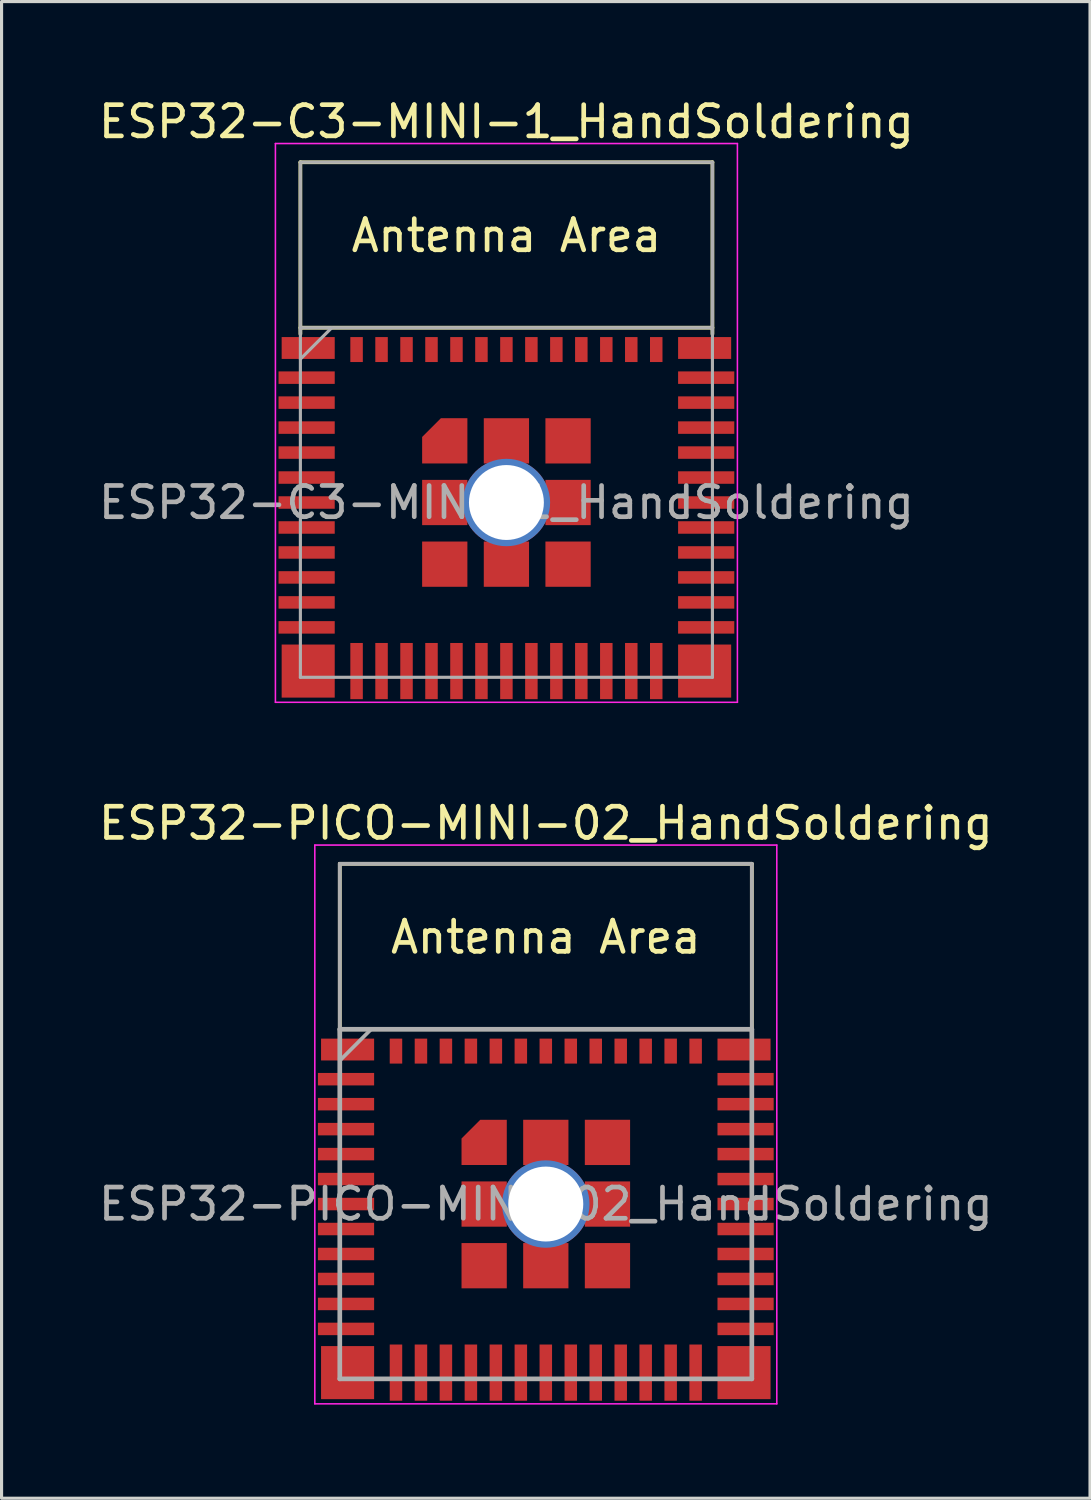
<source format=kicad_pcb>
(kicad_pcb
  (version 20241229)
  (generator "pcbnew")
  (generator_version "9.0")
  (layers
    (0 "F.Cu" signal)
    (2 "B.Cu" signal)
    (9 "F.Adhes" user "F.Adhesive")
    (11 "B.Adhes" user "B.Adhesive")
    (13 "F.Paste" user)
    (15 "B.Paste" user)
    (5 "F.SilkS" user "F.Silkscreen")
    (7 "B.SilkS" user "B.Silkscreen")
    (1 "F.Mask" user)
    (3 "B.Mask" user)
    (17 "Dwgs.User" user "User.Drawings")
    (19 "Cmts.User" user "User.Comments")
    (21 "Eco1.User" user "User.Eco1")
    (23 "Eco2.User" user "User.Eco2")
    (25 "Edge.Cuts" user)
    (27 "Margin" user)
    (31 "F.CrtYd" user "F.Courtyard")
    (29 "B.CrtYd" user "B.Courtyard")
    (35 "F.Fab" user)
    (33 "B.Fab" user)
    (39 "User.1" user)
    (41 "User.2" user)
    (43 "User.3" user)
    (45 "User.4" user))
  (footprint "ESP32-PICO-MINI-02_HandSoldering"
    (layer "F.Cu")
    (at 14.435 35.522)
    (property "Reference" "ESP32-PICO-MINI-02_HandSoldering" (at 0 -12.2 0) (layer "F.SilkS") (effects (font (size 1 1) (thickness 0.15))))
    (attr smd)
    (fp_line (start -6.6 -10.9) (end -6.6 -5.4) (stroke (width 0.12) (type solid)) (layer "F.SilkS"))
    (fp_line (start -6.6 -10.9) (end 6.6 -10.9) (stroke (width 0.12) (type solid)) (layer "F.SilkS"))
    (fp_line (start -6.6 -5.6) (end 6.6 -5.6) (stroke (width 0.12) (type solid)) (layer "F.SilkS"))
    (fp_line (start 6.6 -10.9) (end 6.6 -5.4) (stroke (width 0.12) (type solid)) (layer "F.SilkS"))
    (fp_line (start -7.4 -11.5) (end 7.4 -11.5) (stroke (width 0.05) (type solid)) (layer "F.CrtYd"))
    (fp_line (start -7.4 6.4) (end -7.4 -11.5) (stroke (width 0.05) (type solid)) (layer "F.CrtYd"))
    (fp_line (start 7.4 -11.5) (end 7.4 6.4) (stroke (width 0.05) (type solid)) (layer "F.CrtYd"))
    (fp_line (start 7.4 6.4) (end -7.4 6.4) (stroke (width 0.05) (type solid)) (layer "F.CrtYd"))
    (fp_line (start -6.6 -5.595) (end -6.6 5.6) (stroke (width 0.15) (type solid)) (layer "F.Fab"))
    (fp_line (start -6.6 -5.5) (end -6.6 -10.9) (stroke (width 0.12) (type solid)) (layer "F.Fab"))
    (fp_line (start -6.6 5.6) (end 6.6 5.6) (stroke (width 0.15) (type solid)) (layer "F.Fab"))
    (fp_line (start -5.6 -5.595) (end -6.6 -4.595) (stroke (width 0.12) (type solid)) (layer "F.Fab"))
    (fp_line (start 6.6 -10.9) (end -6.6 -10.9) (stroke (width 0.12) (type solid)) (layer "F.Fab"))
    (fp_line (start 6.6 -5.6) (end -6.6 -5.6) (stroke (width 0.15) (type solid)) (layer "F.Fab"))
    (fp_line (start 6.6 -5.5) (end 6.6 -10.9) (stroke (width 0.12) (type solid)) (layer "F.Fab"))
    (fp_line (start 6.6 5.6) (end 6.6 -5.595) (stroke (width 0.15) (type solid)) (layer "F.Fab"))
    (fp_text user "Antenna Area" (at 0 -8.55 0) (layer "F.SilkS") (effects (font (size 1 1) (thickness 0.15))))
    (fp_text user "${REFERENCE}" (at 0 0 0) (layer "F.Fab") (effects (font (size 1 1) (thickness 0.15))))
    (pad "1" smd rect (at -6.4 -4 90) (size 0.4 1.8) (layers "F.Cu" "F.Mask" "F.Paste"))
    (pad "2" smd rect (at -6.4 -3.2 90) (size 0.4 1.8) (layers "F.Cu" "F.Mask" "F.Paste"))
    (pad "3" smd rect (at -6.4 -2.4 90) (size 0.4 1.8) (layers "F.Cu" "F.Mask" "F.Paste"))
    (pad "4" smd rect (at -6.4 -1.6 90) (size 0.4 1.8) (layers "F.Cu" "F.Mask" "F.Paste"))
    (pad "5" smd rect (at -6.4 -0.8 90) (size 0.4 1.8) (layers "F.Cu" "F.Mask" "F.Paste"))
    (pad "6" smd rect (at -6.4 0 90) (size 0.4 1.8) (layers "F.Cu" "F.Mask" "F.Paste"))
    (pad "7" smd rect (at -6.4 0.8 90) (size 0.4 1.8) (layers "F.Cu" "F.Mask" "F.Paste"))
    (pad "8" smd rect (at -6.4 1.6 90) (size 0.4 1.8) (layers "F.Cu" "F.Mask" "F.Paste"))
    (pad "9" smd rect (at -6.4 2.4 90) (size 0.4 1.8) (layers "F.Cu" "F.Mask" "F.Paste"))
    (pad "10" smd rect (at -6.4 3.2 90) (size 0.4 1.8) (layers "F.Cu" "F.Mask" "F.Paste"))
    (pad "11" smd rect (at -6.4 4 90) (size 0.4 1.8) (layers "F.Cu" "F.Mask" "F.Paste"))
    (pad "12" smd rect (at -4.8 5.4) (size 0.4 1.8) (layers "F.Cu" "F.Mask" "F.Paste"))
    (pad "13" smd rect (at -4 5.4) (size 0.4 1.8) (layers "F.Cu" "F.Mask" "F.Paste"))
    (pad "14" smd rect (at -3.2 5.4) (size 0.4 1.8) (layers "F.Cu" "F.Mask" "F.Paste"))
    (pad "15" smd rect (at -2.4 5.4) (size 0.4 1.8) (layers "F.Cu" "F.Mask" "F.Paste"))
    (pad "16" smd rect (at -1.6 5.4) (size 0.4 1.8) (layers "F.Cu" "F.Mask" "F.Paste"))
    (pad "17" smd rect (at -0.8 5.4) (size 0.4 1.8) (layers "F.Cu" "F.Mask" "F.Paste"))
    (pad "18" smd rect (at 0 5.4) (size 0.4 1.8) (layers "F.Cu" "F.Mask" "F.Paste"))
    (pad "19" smd rect (at 0.8 5.4) (size 0.4 1.8) (layers "F.Cu" "F.Mask" "F.Paste"))
    (pad "20" smd rect (at 1.6 5.4) (size 0.4 1.8) (layers "F.Cu" "F.Mask" "F.Paste"))
    (pad "21" smd rect (at 2.4 5.4) (size 0.4 1.8) (layers "F.Cu" "F.Mask" "F.Paste"))
    (pad "22" smd rect (at 3.2 5.4) (size 0.4 1.8) (layers "F.Cu" "F.Mask" "F.Paste"))
    (pad "23" smd rect (at 4 5.4) (size 0.4 1.8) (layers "F.Cu" "F.Mask" "F.Paste"))
    (pad "24" smd rect (at 4.8 5.4) (size 0.4 1.8) (layers "F.Cu" "F.Mask" "F.Paste"))
    (pad "25" smd rect (at 6.4 4 90) (size 0.4 1.8) (layers "F.Cu" "F.Mask" "F.Paste"))
    (pad "26" smd rect (at 6.4 3.2 90) (size 0.4 1.8) (layers "F.Cu" "F.Mask" "F.Paste"))
    (pad "27" smd rect (at 6.4 2.4 90) (size 0.4 1.8) (layers "F.Cu" "F.Mask" "F.Paste"))
    (pad "28" smd rect (at 6.4 1.6 90) (size 0.4 1.8) (layers "F.Cu" "F.Mask" "F.Paste"))
    (pad "29" smd rect (at 6.4 0.8 90) (size 0.4 1.8) (layers "F.Cu" "F.Mask" "F.Paste"))
    (pad "30" smd rect (at 6.4 0 90) (size 0.4 1.8) (layers "F.Cu" "F.Mask" "F.Paste"))
    (pad "31" smd rect (at 6.4 -0.8 90) (size 0.4 1.8) (layers "F.Cu" "F.Mask" "F.Paste"))
    (pad "32" smd rect (at 6.4 -1.6 90) (size 0.4 1.8) (layers "F.Cu" "F.Mask" "F.Paste"))
    (pad "33" smd rect (at 6.4 -2.4 90) (size 0.4 1.8) (layers "F.Cu" "F.Mask" "F.Paste"))
    (pad "34" smd rect (at 6.4 -3.2 90) (size 0.4 1.8) (layers "F.Cu" "F.Mask" "F.Paste"))
    (pad "35" smd rect (at 6.4 -4 90) (size 0.4 1.8) (layers "F.Cu" "F.Mask" "F.Paste"))
    (pad "36" smd rect (at 4.8 -4.9) (size 0.4 0.8) (layers "F.Cu" "F.Mask" "F.Paste"))
    (pad "37" smd rect (at 4 -4.9) (size 0.4 0.8) (layers "F.Cu" "F.Mask" "F.Paste"))
    (pad "38" smd rect (at 3.2 -4.9) (size 0.4 0.8) (layers "F.Cu" "F.Mask" "F.Paste"))
    (pad "39" smd rect (at 2.4 -4.9) (size 0.4 0.8) (layers "F.Cu" "F.Mask" "F.Paste"))
    (pad "40" smd rect (at 1.6 -4.9) (size 0.4 0.8) (layers "F.Cu" "F.Mask" "F.Paste"))
    (pad "41" smd rect (at 0.8 -4.9) (size 0.4 0.8) (layers "F.Cu" "F.Mask" "F.Paste"))
    (pad "42" smd rect (at 0 -4.9) (size 0.4 0.8) (layers "F.Cu" "F.Mask" "F.Paste"))
    (pad "43" smd rect (at -0.8 -4.9) (size 0.4 0.8) (layers "F.Cu" "F.Mask" "F.Paste"))
    (pad "44" smd rect (at -1.6 -4.9) (size 0.4 0.8) (layers "F.Cu" "F.Mask" "F.Paste"))
    (pad "45" smd rect (at -2.4 -4.9) (size 0.4 0.8) (layers "F.Cu" "F.Mask" "F.Paste"))
    (pad "46" smd rect (at -3.2 -4.9) (size 0.4 0.8) (layers "F.Cu" "F.Mask" "F.Paste"))
    (pad "47" smd rect (at -4 -4.9) (size 0.4 0.8) (layers "F.Cu" "F.Mask" "F.Paste"))
    (pad "48" smd rect (at -4.8 -4.9) (size 0.4 0.8) (layers "F.Cu" "F.Mask" "F.Paste"))
    (pad "49" smd custom (at -1.975 -1.975) (size 0.8 0.8) (layers "F.Cu" "F.Mask" "F.Paste") (options (anchor rect)) (primitives (gr_poly (pts (xy 0.725 0.725) (xy -0.725 0.725) (xy -0.725 -0.125) (xy -0.125 -0.725) (xy 0.725 -0.725)) (width 0) (fill yes))))
    (pad "49" smd rect (at -1.975 0 90) (size 1.45 1.45) (layers "F.Cu" "F.Mask" "F.Paste"))
    (pad "49" smd rect (at -1.975 1.975 90) (size 1.45 1.45) (layers "F.Cu" "F.Mask" "F.Paste"))
    (pad "49" smd rect (at 0 -1.975 90) (size 1.45 1.45) (layers "F.Cu" "F.Mask" "F.Paste"))
    (pad "49" thru_hole circle (at 0 0 90) (size 2.8 2.8) (drill 2.4) (layers "*.Cu" "*.Mask"))
    (pad "49" smd rect (at 0 1.975 90) (size 1.45 1.45) (layers "F.Cu" "F.Mask" "F.Paste"))
    (pad "49" smd rect (at 1.975 -1.975 90) (size 1.45 1.45) (layers "F.Cu" "F.Mask" "F.Paste"))
    (pad "49" smd rect (at 1.975 0 90) (size 1.45 1.45) (layers "F.Cu" "F.Mask" "F.Paste"))
    (pad "49" smd rect (at 1.975 1.975 90) (size 1.45 1.45) (layers "F.Cu" "F.Mask" "F.Paste"))
    (pad "50" smd rect (at 6.35 -4.95 90) (size 0.7 1.7) (layers "F.Cu" "F.Mask" "F.Paste"))
    (pad "51" smd rect (at 6.35 5.4 90) (size 1.7 1.7) (layers "F.Cu" "F.Mask" "F.Paste"))
    (pad "52" smd rect (at -6.35 5.4 90) (size 1.7 1.7) (layers "F.Cu" "F.Mask" "F.Paste"))
    (pad "53" smd rect (at -6.35 -4.95 90) (size 0.7 1.7) (layers "F.Cu" "F.Mask" "F.Paste")))
  (footprint "ESP32-C3-MINI-1_HandSoldering"
    (layer "F.Cu")
    (at 13.173 13.048)
    (property "Reference" "ESP32-C3-MINI-1_HandSoldering" (at 0 -12.2 0) (layer "F.SilkS") (effects (font (size 1 1) (thickness 0.15))))
    (attr smd)
    (fp_line (start -6.6 -10.9) (end -6.6 -5.4) (stroke (width 0.12) (type solid)) (layer "F.SilkS"))
    (fp_line (start -6.6 -10.9) (end 6.6 -10.9) (stroke (width 0.12) (type solid)) (layer "F.SilkS"))
    (fp_line (start -6.6 -5.6) (end 6.6 -5.6) (stroke (width 0.12) (type solid)) (layer "F.SilkS"))
    (fp_line (start 6.6 -10.9) (end 6.6 -5.4) (stroke (width 0.12) (type solid)) (layer "F.SilkS"))
    (fp_line (start -7.4 -11.5) (end 7.4 -11.5) (stroke (width 0.05) (type solid)) (layer "F.CrtYd"))
    (fp_line (start -7.4 6.4) (end -7.4 -11.5) (stroke (width 0.05) (type solid)) (layer "F.CrtYd"))
    (fp_line (start 7.4 -11.5) (end 7.4 6.4) (stroke (width 0.05) (type solid)) (layer "F.CrtYd"))
    (fp_line (start 7.4 6.4) (end -7.4 6.4) (stroke (width 0.05) (type solid)) (layer "F.CrtYd"))
    (fp_line (start -6.6 -5.595) (end -6.6 5.6) (stroke (width 0.1) (type solid)) (layer "F.Fab"))
    (fp_line (start -6.6 -5.5) (end -6.6 -10.9) (stroke (width 0.1) (type solid)) (layer "F.Fab"))
    (fp_line (start -6.6 5.6) (end 6.6 5.6) (stroke (width 0.1) (type solid)) (layer "F.Fab"))
    (fp_line (start -5.6 -5.595) (end -6.6 -4.595) (stroke (width 0.1) (type solid)) (layer "F.Fab"))
    (fp_line (start 6.6 -10.9) (end -6.6 -10.9) (stroke (width 0.1) (type solid)) (layer "F.Fab"))
    (fp_line (start 6.6 -5.6) (end -6.6 -5.6) (stroke (width 0.1) (type solid)) (layer "F.Fab"))
    (fp_line (start 6.6 -5.5) (end 6.6 -10.9) (stroke (width 0.1) (type solid)) (layer "F.Fab"))
    (fp_line (start 6.6 5.6) (end 6.6 -5.595) (stroke (width 0.1) (type solid)) (layer "F.Fab"))
    (fp_text user "Antenna Area" (at 0 -8.55 0) (layer "F.SilkS") (effects (font (size 1 1) (thickness 0.15))))
    (fp_text user "${REFERENCE}" (at 0 0 0) (layer "F.Fab") (effects (font (size 1 1) (thickness 0.15))))
    (pad "1" smd rect (at -6.4 -4 90) (size 0.4 1.8) (layers "F.Cu" "F.Mask" "F.Paste"))
    (pad "2" smd rect (at -6.4 -3.2 90) (size 0.4 1.8) (layers "F.Cu" "F.Mask" "F.Paste"))
    (pad "3" smd rect (at -6.4 -2.4 90) (size 0.4 1.8) (layers "F.Cu" "F.Mask" "F.Paste"))
    (pad "4" smd rect (at -6.4 -1.6 90) (size 0.4 1.8) (layers "F.Cu" "F.Mask" "F.Paste"))
    (pad "5" smd rect (at -6.4 -0.8 90) (size 0.4 1.8) (layers "F.Cu" "F.Mask" "F.Paste"))
    (pad "6" smd rect (at -6.4 0 90) (size 0.4 1.8) (layers "F.Cu" "F.Mask" "F.Paste"))
    (pad "7" smd rect (at -6.4 0.8 90) (size 0.4 1.8) (layers "F.Cu" "F.Mask" "F.Paste"))
    (pad "8" smd rect (at -6.4 1.6 90) (size 0.4 1.8) (layers "F.Cu" "F.Mask" "F.Paste"))
    (pad "9" smd rect (at -6.4 2.4 90) (size 0.4 1.8) (layers "F.Cu" "F.Mask" "F.Paste"))
    (pad "10" smd rect (at -6.4 3.2 90) (size 0.4 1.8) (layers "F.Cu" "F.Mask" "F.Paste"))
    (pad "11" smd rect (at -6.4 4 90) (size 0.4 1.8) (layers "F.Cu" "F.Mask" "F.Paste"))
    (pad "12" smd rect (at -4.8 5.4) (size 0.4 1.8) (layers "F.Cu" "F.Mask" "F.Paste"))
    (pad "13" smd rect (at -4 5.4) (size 0.4 1.8) (layers "F.Cu" "F.Mask" "F.Paste"))
    (pad "14" smd rect (at -3.2 5.4) (size 0.4 1.8) (layers "F.Cu" "F.Mask" "F.Paste"))
    (pad "15" smd rect (at -2.4 5.4) (size 0.4 1.8) (layers "F.Cu" "F.Mask" "F.Paste"))
    (pad "16" smd rect (at -1.6 5.4) (size 0.4 1.8) (layers "F.Cu" "F.Mask" "F.Paste"))
    (pad "17" smd rect (at -0.8 5.4) (size 0.4 1.8) (layers "F.Cu" "F.Mask" "F.Paste"))
    (pad "18" smd rect (at 0 5.4) (size 0.4 1.8) (layers "F.Cu" "F.Mask" "F.Paste"))
    (pad "19" smd rect (at 0.8 5.4) (size 0.4 1.8) (layers "F.Cu" "F.Mask" "F.Paste"))
    (pad "20" smd rect (at 1.6 5.4) (size 0.4 1.8) (layers "F.Cu" "F.Mask" "F.Paste"))
    (pad "21" smd rect (at 2.4 5.4) (size 0.4 1.8) (layers "F.Cu" "F.Mask" "F.Paste"))
    (pad "22" smd rect (at 3.2 5.4) (size 0.4 1.8) (layers "F.Cu" "F.Mask" "F.Paste"))
    (pad "23" smd rect (at 4 5.4) (size 0.4 1.8) (layers "F.Cu" "F.Mask" "F.Paste"))
    (pad "24" smd rect (at 4.8 5.4) (size 0.4 1.8) (layers "F.Cu" "F.Mask" "F.Paste"))
    (pad "25" smd rect (at 6.4 4 90) (size 0.4 1.8) (layers "F.Cu" "F.Mask" "F.Paste"))
    (pad "26" smd rect (at 6.4 3.2 90) (size 0.4 1.8) (layers "F.Cu" "F.Mask" "F.Paste"))
    (pad "27" smd rect (at 6.4 2.4 90) (size 0.4 1.8) (layers "F.Cu" "F.Mask" "F.Paste"))
    (pad "28" smd rect (at 6.4 1.6 90) (size 0.4 1.8) (layers "F.Cu" "F.Mask" "F.Paste"))
    (pad "29" smd rect (at 6.4 0.8 90) (size 0.4 1.8) (layers "F.Cu" "F.Mask" "F.Paste"))
    (pad "30" smd rect (at 6.4 0 90) (size 0.4 1.8) (layers "F.Cu" "F.Mask" "F.Paste"))
    (pad "31" smd rect (at 6.4 -0.8 90) (size 0.4 1.8) (layers "F.Cu" "F.Mask" "F.Paste"))
    (pad "32" smd rect (at 6.4 -1.6 90) (size 0.4 1.8) (layers "F.Cu" "F.Mask" "F.Paste"))
    (pad "33" smd rect (at 6.4 -2.4 90) (size 0.4 1.8) (layers "F.Cu" "F.Mask" "F.Paste"))
    (pad "34" smd rect (at 6.4 -3.2 90) (size 0.4 1.8) (layers "F.Cu" "F.Mask" "F.Paste"))
    (pad "35" smd rect (at 6.4 -4 90) (size 0.4 1.8) (layers "F.Cu" "F.Mask" "F.Paste"))
    (pad "36" smd rect (at 4.8 -4.9) (size 0.4 0.8) (layers "F.Cu" "F.Mask" "F.Paste"))
    (pad "37" smd rect (at 4 -4.9) (size 0.4 0.8) (layers "F.Cu" "F.Mask" "F.Paste"))
    (pad "38" smd rect (at 3.2 -4.9) (size 0.4 0.8) (layers "F.Cu" "F.Mask" "F.Paste"))
    (pad "39" smd rect (at 2.4 -4.9) (size 0.4 0.8) (layers "F.Cu" "F.Mask" "F.Paste"))
    (pad "40" smd rect (at 1.6 -4.9) (size 0.4 0.8) (layers "F.Cu" "F.Mask" "F.Paste"))
    (pad "41" smd rect (at 0.8 -4.9) (size 0.4 0.8) (layers "F.Cu" "F.Mask" "F.Paste"))
    (pad "42" smd rect (at 0 -4.9) (size 0.4 0.8) (layers "F.Cu" "F.Mask" "F.Paste"))
    (pad "43" smd rect (at -0.8 -4.9) (size 0.4 0.8) (layers "F.Cu" "F.Mask" "F.Paste"))
    (pad "44" smd rect (at -1.6 -4.9) (size 0.4 0.8) (layers "F.Cu" "F.Mask" "F.Paste"))
    (pad "45" smd rect (at -2.4 -4.9) (size 0.4 0.8) (layers "F.Cu" "F.Mask" "F.Paste"))
    (pad "46" smd rect (at -3.2 -4.9) (size 0.4 0.8) (layers "F.Cu" "F.Mask" "F.Paste"))
    (pad "47" smd rect (at -4 -4.9) (size 0.4 0.8) (layers "F.Cu" "F.Mask" "F.Paste"))
    (pad "48" smd rect (at -4.8 -4.9) (size 0.4 0.8) (layers "F.Cu" "F.Mask" "F.Paste"))
    (pad "49" smd custom (at -1.975 -1.975) (size 0.8 0.8) (layers "F.Cu" "F.Mask" "F.Paste") (options (anchor rect)) (primitives (gr_poly (pts (xy 0.725 0.725) (xy -0.725 0.725) (xy -0.725 -0.125) (xy -0.125 -0.725) (xy 0.725 -0.725)) (width 0) (fill yes))))
    (pad "49" smd rect (at -1.975 0 90) (size 1.45 1.45) (layers "F.Cu" "F.Mask" "F.Paste"))
    (pad "49" smd rect (at -1.975 1.975 90) (size 1.45 1.45) (layers "F.Cu" "F.Mask" "F.Paste"))
    (pad "49" smd rect (at 0 -1.975 90) (size 1.45 1.45) (layers "F.Cu" "F.Mask" "F.Paste"))
    (pad "49" thru_hole circle (at 0 0 90) (size 2.8 2.8) (drill 2.4) (layers "*.Cu" "*.Mask"))
    (pad "49" smd rect (at 0 1.975 90) (size 1.45 1.45) (layers "F.Cu" "F.Mask" "F.Paste"))
    (pad "49" smd rect (at 1.975 -1.975 90) (size 1.45 1.45) (layers "F.Cu" "F.Mask" "F.Paste"))
    (pad "49" smd rect (at 1.975 0 90) (size 1.45 1.45) (layers "F.Cu" "F.Mask" "F.Paste"))
    (pad "49" smd rect (at 1.975 1.975 90) (size 1.45 1.45) (layers "F.Cu" "F.Mask" "F.Paste"))
    (pad "50" smd rect (at 6.35 -4.95 90) (size 0.7 1.7) (layers "F.Cu" "F.Mask" "F.Paste"))
    (pad "51" smd rect (at 6.35 5.4 90) (size 1.7 1.7) (layers "F.Cu" "F.Mask" "F.Paste"))
    (pad "52" smd rect (at -6.35 5.4 90) (size 1.7 1.7) (layers "F.Cu" "F.Mask" "F.Paste"))
    (pad "53" smd rect (at -6.35 -4.95 90) (size 0.7 1.7) (layers "F.Cu" "F.Mask" "F.Paste")))
  (gr_rect
    (start -3 -3)
    (end 31.869 44.947)
    (stroke (width 0.1) (type default))
    (fill no)
    (layer "Edge.Cuts")))
</source>
